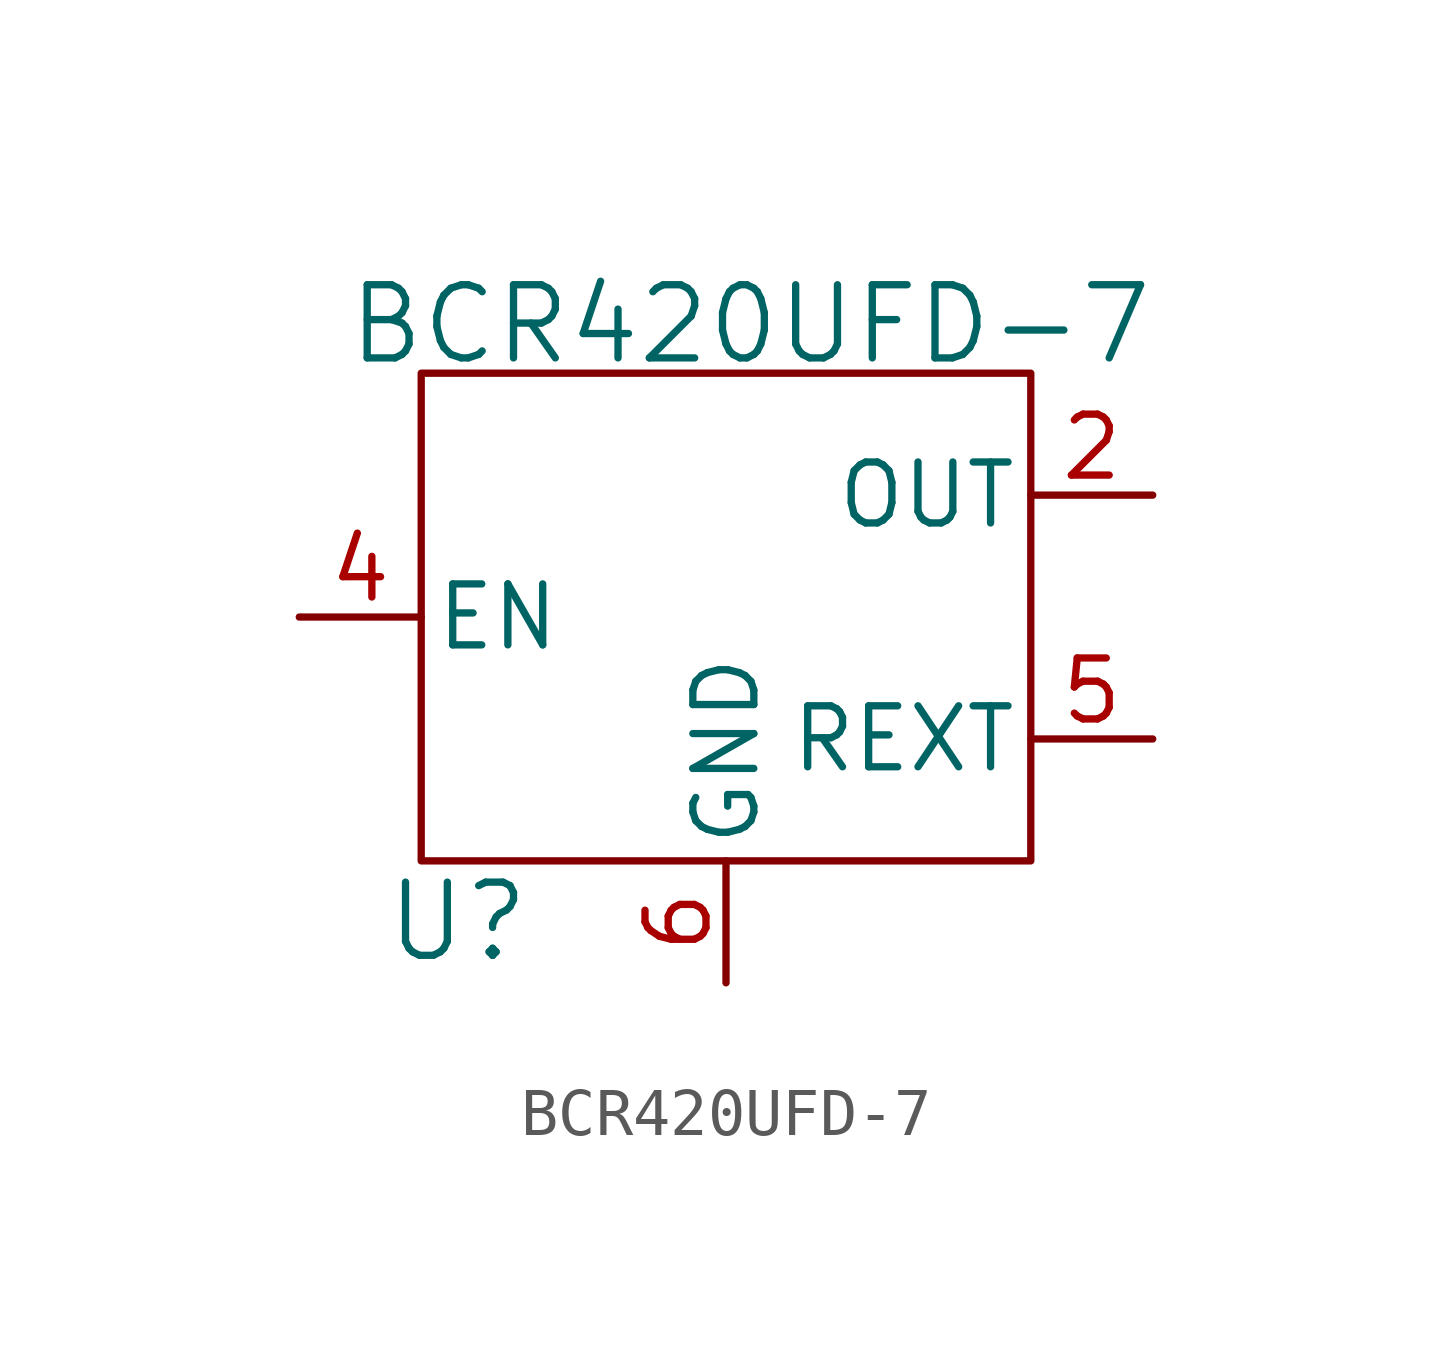
<source format=kicad_sym>
(kicad_symbol_lib
  (version 20241209)
  (generator "kicad_symbol_editor")
  (generator_version "9.0")
  (symbol "BCR420UFD-7"
    (pin_names
      (offset 0.254))
    (property "Reference" "U"
      (at -5.588 -6.35 0)
      (effects (font (size 1.524 1.524))))
    (property "Value" "BCR420UFD-7"
      (at 0.508 6.096 0)
      (effects (font (size 1.524 1.524))))
    (property "ki_locked" ""
      (at 0 0 0)
      (effects (font (size 1.27 1.27))))
    (symbol "BCR420UFD-7_1_1"
      (rectangle (start -6.35 5.08) (end 6.35 -5.08) (stroke (width 0) (type default)) (fill (type none)))
      (pin unspecified line (at -8.89 2.54 0) (length 2.54) (hide yes) (name "N/C" (effects (font (size 1.27 1.27)))) (number "1" (effects (font (size 1.27 1.27)))))
      (pin unspecified line (at -8.89 0 0) (length 2.54) (name "EN" (effects (font (size 1.27 1.27)))) (number "4" (effects (font (size 1.27 1.27)))))
      (pin unspecified line (at -8.89 0 0) (length 2.54) (hide yes) (name "OUT" (effects (font (size 1.27 1.27)))) (number "7" (effects (font (size 1.27 1.27)))))
      (pin unspecified line (at -8.89 -2.54 0) (length 2.54) (hide yes) (name "N/C" (effects (font (size 1.27 1.27)))) (number "3" (effects (font (size 1.27 1.27)))))
      (pin unspecified line (at 0 -7.62 90) (length 2.54) (name "GND" (effects (font (size 1.27 1.27)))) (number "6" (effects (font (size 1.27 1.27)))))
      (pin unspecified line (at 8.89 2.54 180) (length 2.54) (name "OUT" (effects (font (size 1.27 1.27)))) (number "2" (effects (font (size 1.27 1.27)))))
      (pin unspecified line (at 8.89 -2.54 180) (length 2.54) (name "REXT" (effects (font (size 1.27 1.27)))) (number "5" (effects (font (size 1.27 1.27))))))))
</source>
